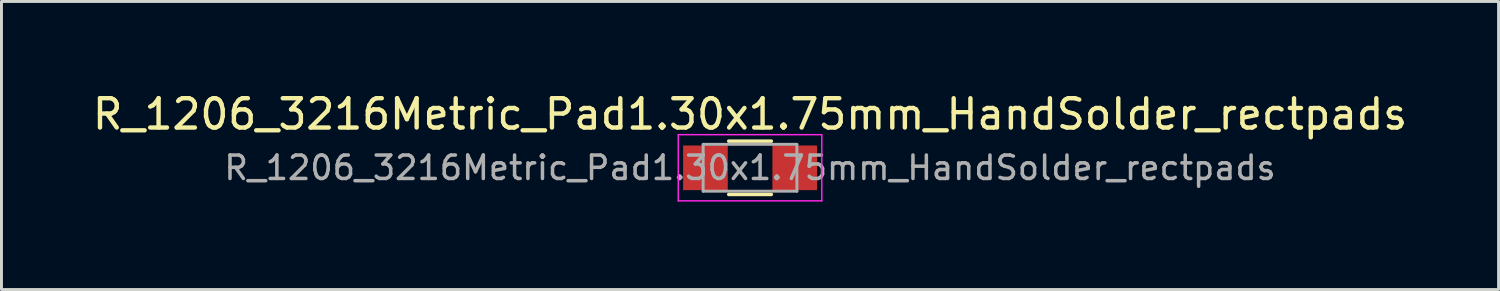
<source format=kicad_pcb>
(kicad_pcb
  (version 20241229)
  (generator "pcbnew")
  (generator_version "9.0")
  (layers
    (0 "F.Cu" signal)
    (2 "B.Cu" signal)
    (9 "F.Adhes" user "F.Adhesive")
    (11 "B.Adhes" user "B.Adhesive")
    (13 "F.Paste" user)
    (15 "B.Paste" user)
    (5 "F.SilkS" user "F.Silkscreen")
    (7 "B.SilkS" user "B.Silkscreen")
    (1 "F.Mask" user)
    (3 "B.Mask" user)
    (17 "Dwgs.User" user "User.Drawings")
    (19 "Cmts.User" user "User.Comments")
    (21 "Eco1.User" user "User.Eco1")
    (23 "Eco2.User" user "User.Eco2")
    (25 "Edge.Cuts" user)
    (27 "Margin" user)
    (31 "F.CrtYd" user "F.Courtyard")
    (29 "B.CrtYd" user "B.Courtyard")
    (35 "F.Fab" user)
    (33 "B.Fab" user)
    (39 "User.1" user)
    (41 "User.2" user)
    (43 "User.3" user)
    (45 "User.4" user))
  (footprint "R_1206_3216Metric_Pad1.30x1.75mm_HandSolder_rectpads"
    (layer "F.Cu")
    (at 22.554 2.678)
    (property "Reference" "R_1206_3216Metric_Pad1.30x1.75mm_HandSolder_rectpads" (at 0 -1.83 0) (layer "F.SilkS") (effects (font (size 1 1) (thickness 0.15))))
    (attr smd)
    (fp_line (start -0.727 -0.91) (end 0.727 -0.91) (stroke (width 0.12) (type solid)) (layer "F.SilkS"))
    (fp_line (start -0.727 0.91) (end 0.727 0.91) (stroke (width 0.12) (type solid)) (layer "F.SilkS"))
    (fp_line (start -2.45 -1.13) (end 2.45 -1.13) (stroke (width 0.05) (type solid)) (layer "F.CrtYd"))
    (fp_line (start -2.45 1.13) (end -2.45 -1.13) (stroke (width 0.05) (type solid)) (layer "F.CrtYd"))
    (fp_line (start 2.45 -1.13) (end 2.45 1.13) (stroke (width 0.05) (type solid)) (layer "F.CrtYd"))
    (fp_line (start 2.45 1.13) (end -2.45 1.13) (stroke (width 0.05) (type solid)) (layer "F.CrtYd"))
    (fp_line (start -1.6 -0.8) (end 1.6 -0.8) (stroke (width 0.1) (type solid)) (layer "F.Fab"))
    (fp_line (start -1.6 0.8) (end -1.6 -0.8) (stroke (width 0.1) (type solid)) (layer "F.Fab"))
    (fp_line (start 1.6 -0.8) (end 1.6 0.8) (stroke (width 0.1) (type solid)) (layer "F.Fab"))
    (fp_line (start 1.6 0.8) (end -1.6 0.8) (stroke (width 0.1) (type solid)) (layer "F.Fab"))
    (fp_text user "${REFERENCE}" (at 0 0 0) (layer "F.Fab") (effects (font (size 0.8 0.8) (thickness 0.12))))
    (pad "1" smd rect (at -1.522 0.001) (size 1.524 1.524) (layers "F.Cu" "F.Mask" "F.Paste"))
    (pad "2" smd rect (at 1.526 0.001) (size 1.524 1.524) (layers "F.Cu" "F.Mask" "F.Paste")))
  (gr_rect
    (start -3 -3)
    (end 48.107 6.833)
    (stroke (width 0.1) (type default))
    (fill no)
    (layer "Edge.Cuts")))
</source>
